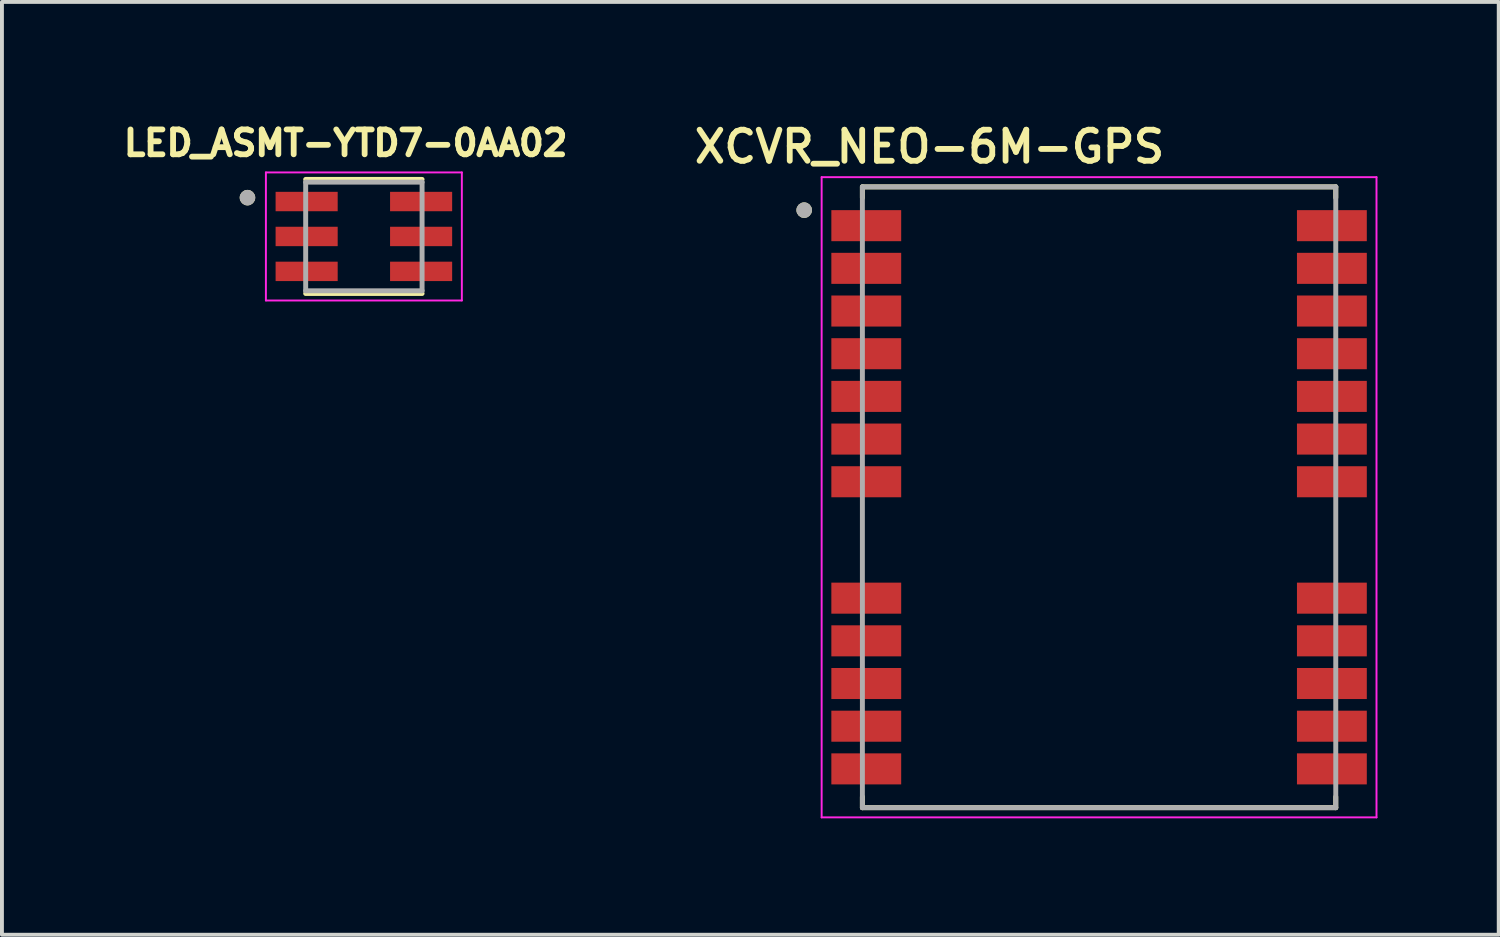
<source format=kicad_pcb>
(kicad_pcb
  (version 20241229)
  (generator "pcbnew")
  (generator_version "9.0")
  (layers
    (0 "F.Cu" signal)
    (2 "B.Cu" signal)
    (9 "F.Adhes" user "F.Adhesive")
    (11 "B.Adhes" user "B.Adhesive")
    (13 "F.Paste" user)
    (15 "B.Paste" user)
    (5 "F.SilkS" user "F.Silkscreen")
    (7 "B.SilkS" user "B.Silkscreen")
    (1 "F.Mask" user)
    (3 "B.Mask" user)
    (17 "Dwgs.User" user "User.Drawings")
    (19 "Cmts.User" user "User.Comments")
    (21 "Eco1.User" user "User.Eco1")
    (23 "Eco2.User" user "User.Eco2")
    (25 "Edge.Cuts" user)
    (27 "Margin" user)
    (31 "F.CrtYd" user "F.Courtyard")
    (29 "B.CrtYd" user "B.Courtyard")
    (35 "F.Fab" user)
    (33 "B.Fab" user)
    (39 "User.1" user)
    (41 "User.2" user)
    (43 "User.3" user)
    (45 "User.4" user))
  (footprint "LED_ASMT-YTD7-0AA02"
    (layer "F.Cu")
    (at 6.328 3.044)
    (property "Reference" "LED_ASMT-YTD7-0AA02" (at -0.468 -2.406 0) (layer "F.SilkS") (effects (font (size 0.64 0.64) (thickness 0.15))))
    (attr through_hole)
    (fp_line (start -1.5 1.47) (end 1.5 1.47) (stroke (width 0.127) (type solid)) (layer "F.SilkS"))
    (fp_line (start 1.5 -1.47) (end -1.5 -1.47) (stroke (width 0.127) (type solid)) (layer "F.SilkS"))
    (fp_circle (center -3 -1) (end -2.9 -1) (stroke (width 0.2) (type solid)) (fill no) (layer "F.SilkS"))
    (fp_line (start -2.525 -1.65) (end 2.525 -1.65) (stroke (width 0.05) (type solid)) (layer "F.CrtYd"))
    (fp_line (start -2.525 1.65) (end -2.525 -1.65) (stroke (width 0.05) (type solid)) (layer "F.CrtYd"))
    (fp_line (start 2.525 -1.65) (end 2.525 1.65) (stroke (width 0.05) (type solid)) (layer "F.CrtYd"))
    (fp_line (start 2.525 1.65) (end -2.525 1.65) (stroke (width 0.05) (type solid)) (layer "F.CrtYd"))
    (fp_line (start -1.5 -1.4) (end -1.5 1.4) (stroke (width 0.127) (type solid)) (layer "F.Fab"))
    (fp_line (start -1.5 1.4) (end 1.5 1.4) (stroke (width 0.127) (type solid)) (layer "F.Fab"))
    (fp_line (start 1.5 -1.4) (end -1.5 -1.4) (stroke (width 0.127) (type solid)) (layer "F.Fab"))
    (fp_line (start 1.5 1.4) (end 1.5 -1.4) (stroke (width 0.127) (type solid)) (layer "F.Fab"))
    (fp_circle (center -3 -1) (end -2.9 -1) (stroke (width 0.2) (type solid)) (fill no) (layer "F.Fab"))
    (pad "1" smd rect (at -1.475 -0.9 90) (size 0.5 1.6) (layers "F.Cu" "F.Mask" "F.Paste"))
    (pad "2" smd rect (at -1.475 0 90) (size 0.5 1.6) (layers "F.Cu" "F.Mask" "F.Paste"))
    (pad "3" smd rect (at -1.475 0.9 90) (size 0.5 1.6) (layers "F.Cu" "F.Mask" "F.Paste"))
    (pad "4" smd rect (at 1.475 0.9 90) (size 0.5 1.6) (layers "F.Cu" "F.Mask" "F.Paste"))
    (pad "5" smd rect (at 1.475 0 90) (size 0.5 1.6) (layers "F.Cu" "F.Mask" "F.Paste"))
    (pad "6" smd rect (at 1.475 -0.9 90) (size 0.5 1.6) (layers "F.Cu" "F.Mask" "F.Paste")))
  (footprint "XCVR_NEO-6M-GPS"
    (layer "F.Cu")
    (at 25.276 9.766)
    (property "Reference" "XCVR_NEO-6M-GPS" (at -4.372 -9.035 0) (layer "F.SilkS") (effects (font (size 0.8 0.8) (thickness 0.15))))
    (attr through_hole)
    (fp_line (start -6.1 -8) (end 6.1 -8) (stroke (width 0.127) (type solid)) (layer "F.SilkS"))
    (fp_line (start -6.1 -7.72) (end -6.1 -8) (stroke (width 0.127) (type solid)) (layer "F.SilkS"))
    (fp_line (start -6.1 7.72) (end -6.1 8) (stroke (width 0.127) (type solid)) (layer "F.SilkS"))
    (fp_line (start -6.1 8) (end 6.1 8) (stroke (width 0.127) (type solid)) (layer "F.SilkS"))
    (fp_line (start 6.1 -8) (end 6.1 -7.72) (stroke (width 0.127) (type solid)) (layer "F.SilkS"))
    (fp_line (start 6.1 8) (end 6.1 7.72) (stroke (width 0.127) (type solid)) (layer "F.SilkS"))
    (fp_circle (center -7.6 -7.4) (end -7.5 -7.4) (stroke (width 0.2) (type solid)) (fill no) (layer "F.SilkS"))
    (fp_poly (pts (xy -7.3 -6.6) (xy -6.1 -6.6) (xy -6.1 -6.7) (xy -5.2 -6.7) (xy -5.2 -7.3) (xy -6.1 -7.3) (xy -6.1 -7.4) (xy -7.3 -7.4)) (stroke (width 0.0001) (type solid)) (fill yes) (layer "F.Paste"))
    (fp_poly (pts (xy -7.3 -5.5) (xy -6.1 -5.5) (xy -6.1 -5.6) (xy -5.2 -5.6) (xy -5.2 -6.2) (xy -6.1 -6.2) (xy -6.1 -6.3) (xy -7.3 -6.3)) (stroke (width 0.0001) (type solid)) (fill yes) (layer "F.Paste"))
    (fp_poly (pts (xy -7.3 -4.4) (xy -6.1 -4.4) (xy -6.1 -4.5) (xy -5.2 -4.5) (xy -5.2 -5.1) (xy -6.1 -5.1) (xy -6.1 -5.2) (xy -7.3 -5.2)) (stroke (width 0.0001) (type solid)) (fill yes) (layer "F.Paste"))
    (fp_poly (pts (xy -7.3 -3.3) (xy -6.1 -3.3) (xy -6.1 -3.4) (xy -5.2 -3.4) (xy -5.2 -4) (xy -6.1 -4) (xy -6.1 -4.1) (xy -7.3 -4.1)) (stroke (width 0.0001) (type solid)) (fill yes) (layer "F.Paste"))
    (fp_poly (pts (xy -7.3 -2.2) (xy -6.1 -2.2) (xy -6.1 -2.3) (xy -5.2 -2.3) (xy -5.2 -2.9) (xy -6.1 -2.9) (xy -6.1 -3) (xy -7.3 -3)) (stroke (width 0.0001) (type solid)) (fill yes) (layer "F.Paste"))
    (fp_poly (pts (xy -7.3 -1.1) (xy -6.1 -1.1) (xy -6.1 -1.2) (xy -5.2 -1.2) (xy -5.2 -1.8) (xy -6.1 -1.8) (xy -6.1 -1.9) (xy -7.3 -1.9)) (stroke (width 0.0001) (type solid)) (fill yes) (layer "F.Paste"))
    (fp_poly (pts (xy -7.3 0) (xy -6.1 0) (xy -6.1 -0.1) (xy -5.2 -0.1) (xy -5.2 -0.7) (xy -6.1 -0.7) (xy -6.1 -0.8) (xy -7.3 -0.8)) (stroke (width 0.0001) (type solid)) (fill yes) (layer "F.Paste"))
    (fp_poly (pts (xy -7.3 2.2) (xy -6.1 2.2) (xy -6.1 2.3) (xy -5.2 2.3) (xy -5.2 2.9) (xy -6.1 2.9) (xy -6.1 3) (xy -7.3 3)) (stroke (width 0.0001) (type solid)) (fill yes) (layer "F.Paste"))
    (fp_poly (pts (xy -7.3 3.3) (xy -6.1 3.3) (xy -6.1 3.4) (xy -5.2 3.4) (xy -5.2 4) (xy -6.1 4) (xy -6.1 4.1) (xy -7.3 4.1)) (stroke (width 0.0001) (type solid)) (fill yes) (layer "F.Paste"))
    (fp_poly (pts (xy -7.3 4.4) (xy -6.1 4.4) (xy -6.1 4.5) (xy -5.2 4.5) (xy -5.2 5.1) (xy -6.1 5.1) (xy -6.1 5.2) (xy -7.3 5.2)) (stroke (width 0.0001) (type solid)) (fill yes) (layer "F.Paste"))
    (fp_poly (pts (xy -7.3 5.5) (xy -6.1 5.5) (xy -6.1 5.6) (xy -5.2 5.6) (xy -5.2 6.2) (xy -6.1 6.2) (xy -6.1 6.3) (xy -7.3 6.3)) (stroke (width 0.0001) (type solid)) (fill yes) (layer "F.Paste"))
    (fp_poly (pts (xy -7.3 6.6) (xy -6.1 6.6) (xy -6.1 6.7) (xy -5.2 6.7) (xy -5.2 7.3) (xy -6.1 7.3) (xy -6.1 7.4) (xy -7.3 7.4)) (stroke (width 0.0001) (type solid)) (fill yes) (layer "F.Paste"))
    (fp_poly (pts (xy 7.3 -6.6) (xy 6.1 -6.6) (xy 6.1 -6.7) (xy 5.2 -6.7) (xy 5.2 -7.3) (xy 6.1 -7.3) (xy 6.1 -7.4) (xy 7.3 -7.4)) (stroke (width 0.0001) (type solid)) (fill yes) (layer "F.Paste"))
    (fp_poly (pts (xy 7.3 -5.5) (xy 6.1 -5.5) (xy 6.1 -5.6) (xy 5.2 -5.6) (xy 5.2 -6.2) (xy 6.1 -6.2) (xy 6.1 -6.3) (xy 7.3 -6.3)) (stroke (width 0.0001) (type solid)) (fill yes) (layer "F.Paste"))
    (fp_poly (pts (xy 7.3 -4.4) (xy 6.1 -4.4) (xy 6.1 -4.5) (xy 5.2 -4.5) (xy 5.2 -5.1) (xy 6.1 -5.1) (xy 6.1 -5.2) (xy 7.3 -5.2)) (stroke (width 0.0001) (type solid)) (fill yes) (layer "F.Paste"))
    (fp_poly (pts (xy 7.3 -3.3) (xy 6.1 -3.3) (xy 6.1 -3.4) (xy 5.2 -3.4) (xy 5.2 -4) (xy 6.1 -4) (xy 6.1 -4.1) (xy 7.3 -4.1)) (stroke (width 0.0001) (type solid)) (fill yes) (layer "F.Paste"))
    (fp_poly (pts (xy 7.3 -2.2) (xy 6.1 -2.2) (xy 6.1 -2.3) (xy 5.2 -2.3) (xy 5.2 -2.9) (xy 6.1 -2.9) (xy 6.1 -3) (xy 7.3 -3)) (stroke (width 0.0001) (type solid)) (fill yes) (layer "F.Paste"))
    (fp_poly (pts (xy 7.3 -1.1) (xy 6.1 -1.1) (xy 6.1 -1.2) (xy 5.2 -1.2) (xy 5.2 -1.8) (xy 6.1 -1.8) (xy 6.1 -1.9) (xy 7.3 -1.9)) (stroke (width 0.0001) (type solid)) (fill yes) (layer "F.Paste"))
    (fp_poly (pts (xy 7.3 0) (xy 6.1 0) (xy 6.1 -0.1) (xy 5.2 -0.1) (xy 5.2 -0.7) (xy 6.1 -0.7) (xy 6.1 -0.8) (xy 7.3 -0.8)) (stroke (width 0.0001) (type solid)) (fill yes) (layer "F.Paste"))
    (fp_poly (pts (xy 7.3 2.2) (xy 6.1 2.2) (xy 6.1 2.3) (xy 5.2 2.3) (xy 5.2 2.9) (xy 6.1 2.9) (xy 6.1 3) (xy 7.3 3)) (stroke (width 0.0001) (type solid)) (fill yes) (layer "F.Paste"))
    (fp_poly (pts (xy 7.3 3.3) (xy 6.1 3.3) (xy 6.1 3.4) (xy 5.2 3.4) (xy 5.2 4) (xy 6.1 4) (xy 6.1 4.1) (xy 7.3 4.1)) (stroke (width 0.0001) (type solid)) (fill yes) (layer "F.Paste"))
    (fp_poly (pts (xy 7.3 4.4) (xy 6.1 4.4) (xy 6.1 4.5) (xy 5.2 4.5) (xy 5.2 5.1) (xy 6.1 5.1) (xy 6.1 5.2) (xy 7.3 5.2)) (stroke (width 0.0001) (type solid)) (fill yes) (layer "F.Paste"))
    (fp_poly (pts (xy 7.3 5.5) (xy 6.1 5.5) (xy 6.1 5.6) (xy 5.2 5.6) (xy 5.2 6.2) (xy 6.1 6.2) (xy 6.1 6.3) (xy 7.3 6.3)) (stroke (width 0.0001) (type solid)) (fill yes) (layer "F.Paste"))
    (fp_poly (pts (xy 7.3 6.6) (xy 6.1 6.6) (xy 6.1 6.7) (xy 5.2 6.7) (xy 5.2 7.3) (xy 6.1 7.3) (xy 6.1 7.4) (xy 7.3 7.4)) (stroke (width 0.0001) (type solid)) (fill yes) (layer "F.Paste"))
    (fp_line (start -7.15 -8.25) (end 7.15 -8.25) (stroke (width 0.05) (type solid)) (layer "F.CrtYd"))
    (fp_line (start -7.15 8.25) (end -7.15 -8.25) (stroke (width 0.05) (type solid)) (layer "F.CrtYd"))
    (fp_line (start 7.15 -8.25) (end 7.15 8.25) (stroke (width 0.05) (type solid)) (layer "F.CrtYd"))
    (fp_line (start 7.15 8.25) (end -7.15 8.25) (stroke (width 0.05) (type solid)) (layer "F.CrtYd"))
    (fp_line (start -6.1 -8) (end 6.1 -8) (stroke (width 0.127) (type solid)) (layer "F.Fab"))
    (fp_line (start -6.1 8) (end -6.1 -8) (stroke (width 0.127) (type solid)) (layer "F.Fab"))
    (fp_line (start 6.1 -8) (end 6.1 8) (stroke (width 0.127) (type solid)) (layer "F.Fab"))
    (fp_line (start 6.1 8) (end -6.1 8) (stroke (width 0.127) (type solid)) (layer "F.Fab"))
    (fp_circle (center -7.6 -7.4) (end -7.5 -7.4) (stroke (width 0.2) (type solid)) (fill no) (layer "F.Fab"))
    (pad "1" smd rect (at -6 -7) (size 1.8 0.8) (layers "F.Cu" "F.Mask"))
    (pad "2" smd rect (at -6 -5.9) (size 1.8 0.8) (layers "F.Cu" "F.Mask"))
    (pad "3" smd rect (at -6 -4.8) (size 1.8 0.8) (layers "F.Cu" "F.Mask"))
    (pad "4" smd rect (at -6 -3.7) (size 1.8 0.8) (layers "F.Cu" "F.Mask"))
    (pad "5" smd rect (at -6 -2.6) (size 1.8 0.8) (layers "F.Cu" "F.Mask"))
    (pad "6" smd rect (at -6 -1.5) (size 1.8 0.8) (layers "F.Cu" "F.Mask"))
    (pad "7" smd rect (at -6 -0.4) (size 1.8 0.8) (layers "F.Cu" "F.Mask"))
    (pad "8" smd rect (at -6 2.6) (size 1.8 0.8) (layers "F.Cu" "F.Mask"))
    (pad "9" smd rect (at -6 3.7) (size 1.8 0.8) (layers "F.Cu" "F.Mask"))
    (pad "10" smd rect (at -6 4.8) (size 1.8 0.8) (layers "F.Cu" "F.Mask"))
    (pad "11" smd rect (at -6 5.9) (size 1.8 0.8) (layers "F.Cu" "F.Mask"))
    (pad "12" smd rect (at -6 7) (size 1.8 0.8) (layers "F.Cu" "F.Mask"))
    (pad "13" smd rect (at 6 7) (size 1.8 0.8) (layers "F.Cu" "F.Mask"))
    (pad "14" smd rect (at 6 5.9) (size 1.8 0.8) (layers "F.Cu" "F.Mask"))
    (pad "15" smd rect (at 6 4.8) (size 1.8 0.8) (layers "F.Cu" "F.Mask"))
    (pad "16" smd rect (at 6 3.7) (size 1.8 0.8) (layers "F.Cu" "F.Mask"))
    (pad "17" smd rect (at 6 2.6) (size 1.8 0.8) (layers "F.Cu" "F.Mask"))
    (pad "18" smd rect (at 6 -0.4) (size 1.8 0.8) (layers "F.Cu" "F.Mask"))
    (pad "19" smd rect (at 6 -1.5) (size 1.8 0.8) (layers "F.Cu" "F.Mask"))
    (pad "20" smd rect (at 6 -2.6) (size 1.8 0.8) (layers "F.Cu" "F.Mask"))
    (pad "21" smd rect (at 6 -3.7) (size 1.8 0.8) (layers "F.Cu" "F.Mask"))
    (pad "22" smd rect (at 6 -4.8) (size 1.8 0.8) (layers "F.Cu" "F.Mask"))
    (pad "23" smd rect (at 6 -5.9) (size 1.8 0.8) (layers "F.Cu" "F.Mask"))
    (pad "24" smd rect (at 6 -7) (size 1.8 0.8) (layers "F.Cu" "F.Mask")))
  (gr_rect
    (start -3 -3)
    (end 35.576 21.041)
    (stroke (width 0.1) (type default))
    (fill no)
    (layer "Edge.Cuts")))
</source>
